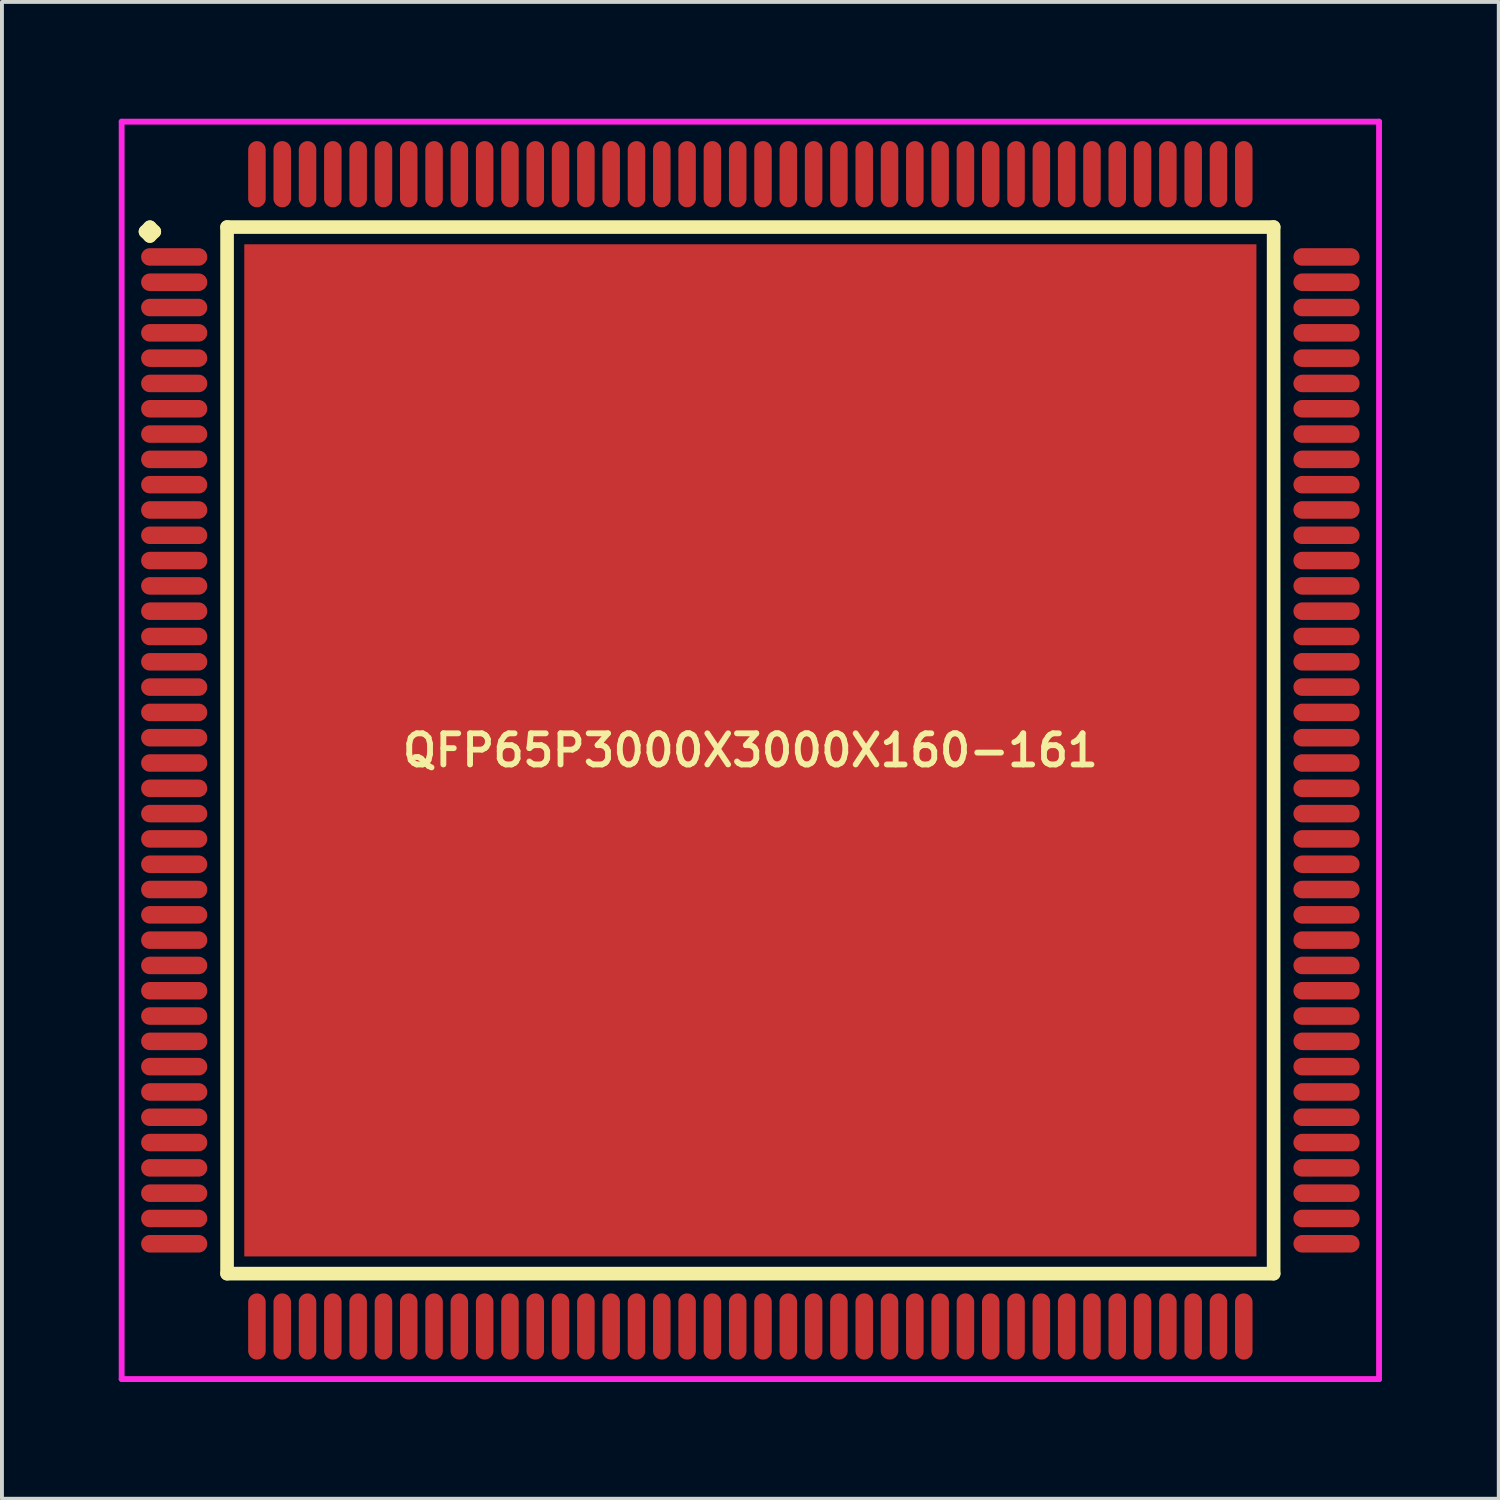
<source format=kicad_pcb>
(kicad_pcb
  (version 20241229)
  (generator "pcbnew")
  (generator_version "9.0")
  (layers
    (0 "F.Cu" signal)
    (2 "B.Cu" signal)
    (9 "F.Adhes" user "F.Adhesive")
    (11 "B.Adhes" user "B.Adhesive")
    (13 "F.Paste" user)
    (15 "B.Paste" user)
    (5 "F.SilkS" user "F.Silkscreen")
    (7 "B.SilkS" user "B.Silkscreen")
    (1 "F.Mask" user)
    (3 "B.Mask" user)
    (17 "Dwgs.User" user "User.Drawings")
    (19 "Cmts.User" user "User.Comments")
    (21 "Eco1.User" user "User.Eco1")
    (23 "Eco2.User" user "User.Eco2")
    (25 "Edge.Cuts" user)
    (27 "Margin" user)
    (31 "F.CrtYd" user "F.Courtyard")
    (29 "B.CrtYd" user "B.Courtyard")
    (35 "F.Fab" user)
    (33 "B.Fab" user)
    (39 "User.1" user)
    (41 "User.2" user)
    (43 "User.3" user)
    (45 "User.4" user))
  (footprint "QFP65P3000X3000X160-161"
    (layer "F.Cu")
    (at 16.225 16.225)
    (property "Reference" "QFP65P3000X3000X160-161" (at 0 0 0) (layer "F.SilkS") (effects (font (size 0.8 0.8) (thickness 0.15))))
    (attr smd)
    (fp_line (start -15.537 -13.325) (end -15.425 -13.438) (stroke (width 0.35) (type solid)) (layer "F.SilkS"))
    (fp_line (start -15.425 -13.438) (end -15.312 -13.325) (stroke (width 0.35) (type solid)) (layer "F.SilkS"))
    (fp_line (start -15.425 -13.213) (end -15.537 -13.325) (stroke (width 0.35) (type solid)) (layer "F.SilkS"))
    (fp_line (start -15.312 -13.325) (end -15.425 -13.213) (stroke (width 0.35) (type solid)) (layer "F.SilkS"))
    (fp_line (start -13.442 -13.442) (end -13.442 13.442) (stroke (width 0.35) (type solid)) (layer "F.SilkS"))
    (fp_line (start -13.442 13.442) (end 13.442 13.442) (stroke (width 0.35) (type solid)) (layer "F.SilkS"))
    (fp_line (start 13.442 -13.442) (end -13.442 -13.442) (stroke (width 0.35) (type solid)) (layer "F.SilkS"))
    (fp_line (start 13.442 13.442) (end 13.442 -13.442) (stroke (width 0.35) (type solid)) (layer "F.SilkS"))
    (fp_line (start -16.15 -16.15) (end 16.15 -16.15) (stroke (width 0.15) (type solid)) (layer "F.CrtYd"))
    (fp_line (start -16.15 16.15) (end -16.15 -16.15) (stroke (width 0.15) (type solid)) (layer "F.CrtYd"))
    (fp_line (start 16.15 -16.15) (end 16.15 16.15) (stroke (width 0.15) (type solid)) (layer "F.CrtYd"))
    (fp_line (start 16.15 16.15) (end -16.15 16.15) (stroke (width 0.15) (type solid)) (layer "F.CrtYd"))
    (pad "1" smd oval (at -14.8 -12.675) (size 1.7 0.45) (layers "F.Cu" "F.Mask" "F.Paste"))
    (pad "2" smd oval (at -14.8 -12.025) (size 1.7 0.45) (layers "F.Cu" "F.Mask" "F.Paste"))
    (pad "3" smd oval (at -14.8 -11.375) (size 1.7 0.45) (layers "F.Cu" "F.Mask" "F.Paste"))
    (pad "4" smd oval (at -14.8 -10.725) (size 1.7 0.45) (layers "F.Cu" "F.Mask" "F.Paste"))
    (pad "5" smd oval (at -14.8 -10.075) (size 1.7 0.45) (layers "F.Cu" "F.Mask" "F.Paste"))
    (pad "6" smd oval (at -14.8 -9.425) (size 1.7 0.45) (layers "F.Cu" "F.Mask" "F.Paste"))
    (pad "7" smd oval (at -14.8 -8.775) (size 1.7 0.45) (layers "F.Cu" "F.Mask" "F.Paste"))
    (pad "8" smd oval (at -14.8 -8.125) (size 1.7 0.45) (layers "F.Cu" "F.Mask" "F.Paste"))
    (pad "9" smd oval (at -14.8 -7.475) (size 1.7 0.45) (layers "F.Cu" "F.Mask" "F.Paste"))
    (pad "10" smd oval (at -14.8 -6.825) (size 1.7 0.45) (layers "F.Cu" "F.Mask" "F.Paste"))
    (pad "11" smd oval (at -14.8 -6.175) (size 1.7 0.45) (layers "F.Cu" "F.Mask" "F.Paste"))
    (pad "12" smd oval (at -14.8 -5.525) (size 1.7 0.45) (layers "F.Cu" "F.Mask" "F.Paste"))
    (pad "13" smd oval (at -14.8 -4.875) (size 1.7 0.45) (layers "F.Cu" "F.Mask" "F.Paste"))
    (pad "14" smd oval (at -14.8 -4.225) (size 1.7 0.45) (layers "F.Cu" "F.Mask" "F.Paste"))
    (pad "15" smd oval (at -14.8 -3.575) (size 1.7 0.45) (layers "F.Cu" "F.Mask" "F.Paste"))
    (pad "16" smd oval (at -14.8 -2.925) (size 1.7 0.45) (layers "F.Cu" "F.Mask" "F.Paste"))
    (pad "17" smd oval (at -14.8 -2.275) (size 1.7 0.45) (layers "F.Cu" "F.Mask" "F.Paste"))
    (pad "18" smd oval (at -14.8 -1.625) (size 1.7 0.45) (layers "F.Cu" "F.Mask" "F.Paste"))
    (pad "19" smd oval (at -14.8 -0.975) (size 1.7 0.45) (layers "F.Cu" "F.Mask" "F.Paste"))
    (pad "20" smd oval (at -14.8 -0.325) (size 1.7 0.45) (layers "F.Cu" "F.Mask" "F.Paste"))
    (pad "21" smd oval (at -14.8 0.325) (size 1.7 0.45) (layers "F.Cu" "F.Mask" "F.Paste"))
    (pad "22" smd oval (at -14.8 0.975) (size 1.7 0.45) (layers "F.Cu" "F.Mask" "F.Paste"))
    (pad "23" smd oval (at -14.8 1.625) (size 1.7 0.45) (layers "F.Cu" "F.Mask" "F.Paste"))
    (pad "24" smd oval (at -14.8 2.275) (size 1.7 0.45) (layers "F.Cu" "F.Mask" "F.Paste"))
    (pad "25" smd oval (at -14.8 2.925) (size 1.7 0.45) (layers "F.Cu" "F.Mask" "F.Paste"))
    (pad "26" smd oval (at -14.8 3.575) (size 1.7 0.45) (layers "F.Cu" "F.Mask" "F.Paste"))
    (pad "27" smd oval (at -14.8 4.225) (size 1.7 0.45) (layers "F.Cu" "F.Mask" "F.Paste"))
    (pad "28" smd oval (at -14.8 4.875) (size 1.7 0.45) (layers "F.Cu" "F.Mask" "F.Paste"))
    (pad "29" smd oval (at -14.8 5.525) (size 1.7 0.45) (layers "F.Cu" "F.Mask" "F.Paste"))
    (pad "30" smd oval (at -14.8 6.175) (size 1.7 0.45) (layers "F.Cu" "F.Mask" "F.Paste"))
    (pad "31" smd oval (at -14.8 6.825) (size 1.7 0.45) (layers "F.Cu" "F.Mask" "F.Paste"))
    (pad "32" smd oval (at -14.8 7.475) (size 1.7 0.45) (layers "F.Cu" "F.Mask" "F.Paste"))
    (pad "33" smd oval (at -14.8 8.125) (size 1.7 0.45) (layers "F.Cu" "F.Mask" "F.Paste"))
    (pad "34" smd oval (at -14.8 8.775) (size 1.7 0.45) (layers "F.Cu" "F.Mask" "F.Paste"))
    (pad "35" smd oval (at -14.8 9.425) (size 1.7 0.45) (layers "F.Cu" "F.Mask" "F.Paste"))
    (pad "36" smd oval (at -14.8 10.075) (size 1.7 0.45) (layers "F.Cu" "F.Mask" "F.Paste"))
    (pad "37" smd oval (at -14.8 10.725) (size 1.7 0.45) (layers "F.Cu" "F.Mask" "F.Paste"))
    (pad "38" smd oval (at -14.8 11.375) (size 1.7 0.45) (layers "F.Cu" "F.Mask" "F.Paste"))
    (pad "39" smd oval (at -14.8 12.025) (size 1.7 0.45) (layers "F.Cu" "F.Mask" "F.Paste"))
    (pad "40" smd oval (at -14.8 12.675) (size 1.7 0.45) (layers "F.Cu" "F.Mask" "F.Paste"))
    (pad "41" smd oval (at -12.675 14.8) (size 0.45 1.7) (layers "F.Cu" "F.Mask" "F.Paste"))
    (pad "42" smd oval (at -12.025 14.8) (size 0.45 1.7) (layers "F.Cu" "F.Mask" "F.Paste"))
    (pad "43" smd oval (at -11.375 14.8) (size 0.45 1.7) (layers "F.Cu" "F.Mask" "F.Paste"))
    (pad "44" smd oval (at -10.725 14.8) (size 0.45 1.7) (layers "F.Cu" "F.Mask" "F.Paste"))
    (pad "45" smd oval (at -10.075 14.8) (size 0.45 1.7) (layers "F.Cu" "F.Mask" "F.Paste"))
    (pad "46" smd oval (at -9.425 14.8) (size 0.45 1.7) (layers "F.Cu" "F.Mask" "F.Paste"))
    (pad "47" smd oval (at -8.775 14.8) (size 0.45 1.7) (layers "F.Cu" "F.Mask" "F.Paste"))
    (pad "48" smd oval (at -8.125 14.8) (size 0.45 1.7) (layers "F.Cu" "F.Mask" "F.Paste"))
    (pad "49" smd oval (at -7.475 14.8) (size 0.45 1.7) (layers "F.Cu" "F.Mask" "F.Paste"))
    (pad "50" smd oval (at -6.825 14.8) (size 0.45 1.7) (layers "F.Cu" "F.Mask" "F.Paste"))
    (pad "51" smd oval (at -6.175 14.8) (size 0.45 1.7) (layers "F.Cu" "F.Mask" "F.Paste"))
    (pad "52" smd oval (at -5.525 14.8) (size 0.45 1.7) (layers "F.Cu" "F.Mask" "F.Paste"))
    (pad "53" smd oval (at -4.875 14.8) (size 0.45 1.7) (layers "F.Cu" "F.Mask" "F.Paste"))
    (pad "54" smd oval (at -4.225 14.8) (size 0.45 1.7) (layers "F.Cu" "F.Mask" "F.Paste"))
    (pad "55" smd oval (at -3.575 14.8) (size 0.45 1.7) (layers "F.Cu" "F.Mask" "F.Paste"))
    (pad "56" smd oval (at -2.925 14.8) (size 0.45 1.7) (layers "F.Cu" "F.Mask" "F.Paste"))
    (pad "57" smd oval (at -2.275 14.8) (size 0.45 1.7) (layers "F.Cu" "F.Mask" "F.Paste"))
    (pad "58" smd oval (at -1.625 14.8) (size 0.45 1.7) (layers "F.Cu" "F.Mask" "F.Paste"))
    (pad "59" smd oval (at -0.975 14.8) (size 0.45 1.7) (layers "F.Cu" "F.Mask" "F.Paste"))
    (pad "60" smd oval (at -0.325 14.8) (size 0.45 1.7) (layers "F.Cu" "F.Mask" "F.Paste"))
    (pad "61" smd oval (at 0.325 14.8) (size 0.45 1.7) (layers "F.Cu" "F.Mask" "F.Paste"))
    (pad "62" smd oval (at 0.975 14.8) (size 0.45 1.7) (layers "F.Cu" "F.Mask" "F.Paste"))
    (pad "63" smd oval (at 1.625 14.8) (size 0.45 1.7) (layers "F.Cu" "F.Mask" "F.Paste"))
    (pad "64" smd oval (at 2.275 14.8) (size 0.45 1.7) (layers "F.Cu" "F.Mask" "F.Paste"))
    (pad "65" smd oval (at 2.925 14.8) (size 0.45 1.7) (layers "F.Cu" "F.Mask" "F.Paste"))
    (pad "66" smd oval (at 3.575 14.8) (size 0.45 1.7) (layers "F.Cu" "F.Mask" "F.Paste"))
    (pad "67" smd oval (at 4.225 14.8) (size 0.45 1.7) (layers "F.Cu" "F.Mask" "F.Paste"))
    (pad "68" smd oval (at 4.875 14.8) (size 0.45 1.7) (layers "F.Cu" "F.Mask" "F.Paste"))
    (pad "69" smd oval (at 5.525 14.8) (size 0.45 1.7) (layers "F.Cu" "F.Mask" "F.Paste"))
    (pad "70" smd oval (at 6.175 14.8) (size 0.45 1.7) (layers "F.Cu" "F.Mask" "F.Paste"))
    (pad "71" smd oval (at 6.825 14.8) (size 0.45 1.7) (layers "F.Cu" "F.Mask" "F.Paste"))
    (pad "72" smd oval (at 7.475 14.8) (size 0.45 1.7) (layers "F.Cu" "F.Mask" "F.Paste"))
    (pad "73" smd oval (at 8.125 14.8) (size 0.45 1.7) (layers "F.Cu" "F.Mask" "F.Paste"))
    (pad "74" smd oval (at 8.775 14.8) (size 0.45 1.7) (layers "F.Cu" "F.Mask" "F.Paste"))
    (pad "75" smd oval (at 9.425 14.8) (size 0.45 1.7) (layers "F.Cu" "F.Mask" "F.Paste"))
    (pad "76" smd oval (at 10.075 14.8) (size 0.45 1.7) (layers "F.Cu" "F.Mask" "F.Paste"))
    (pad "77" smd oval (at 10.725 14.8) (size 0.45 1.7) (layers "F.Cu" "F.Mask" "F.Paste"))
    (pad "78" smd oval (at 11.375 14.8) (size 0.45 1.7) (layers "F.Cu" "F.Mask" "F.Paste"))
    (pad "79" smd oval (at 12.025 14.8) (size 0.45 1.7) (layers "F.Cu" "F.Mask" "F.Paste"))
    (pad "80" smd oval (at 12.675 14.8) (size 0.45 1.7) (layers "F.Cu" "F.Mask" "F.Paste"))
    (pad "81" smd oval (at 14.8 12.675) (size 1.7 0.45) (layers "F.Cu" "F.Mask" "F.Paste"))
    (pad "82" smd oval (at 14.8 12.025) (size 1.7 0.45) (layers "F.Cu" "F.Mask" "F.Paste"))
    (pad "83" smd oval (at 14.8 11.375) (size 1.7 0.45) (layers "F.Cu" "F.Mask" "F.Paste"))
    (pad "84" smd oval (at 14.8 10.725) (size 1.7 0.45) (layers "F.Cu" "F.Mask" "F.Paste"))
    (pad "85" smd oval (at 14.8 10.075) (size 1.7 0.45) (layers "F.Cu" "F.Mask" "F.Paste"))
    (pad "86" smd oval (at 14.8 9.425) (size 1.7 0.45) (layers "F.Cu" "F.Mask" "F.Paste"))
    (pad "87" smd oval (at 14.8 8.775) (size 1.7 0.45) (layers "F.Cu" "F.Mask" "F.Paste"))
    (pad "88" smd oval (at 14.8 8.125) (size 1.7 0.45) (layers "F.Cu" "F.Mask" "F.Paste"))
    (pad "89" smd oval (at 14.8 7.475) (size 1.7 0.45) (layers "F.Cu" "F.Mask" "F.Paste"))
    (pad "90" smd oval (at 14.8 6.825) (size 1.7 0.45) (layers "F.Cu" "F.Mask" "F.Paste"))
    (pad "91" smd oval (at 14.8 6.175) (size 1.7 0.45) (layers "F.Cu" "F.Mask" "F.Paste"))
    (pad "92" smd oval (at 14.8 5.525) (size 1.7 0.45) (layers "F.Cu" "F.Mask" "F.Paste"))
    (pad "93" smd oval (at 14.8 4.875) (size 1.7 0.45) (layers "F.Cu" "F.Mask" "F.Paste"))
    (pad "94" smd oval (at 14.8 4.225) (size 1.7 0.45) (layers "F.Cu" "F.Mask" "F.Paste"))
    (pad "95" smd oval (at 14.8 3.575) (size 1.7 0.45) (layers "F.Cu" "F.Mask" "F.Paste"))
    (pad "96" smd oval (at 14.8 2.925) (size 1.7 0.45) (layers "F.Cu" "F.Mask" "F.Paste"))
    (pad "97" smd oval (at 14.8 2.275) (size 1.7 0.45) (layers "F.Cu" "F.Mask" "F.Paste"))
    (pad "98" smd oval (at 14.8 1.625) (size 1.7 0.45) (layers "F.Cu" "F.Mask" "F.Paste"))
    (pad "99" smd oval (at 14.8 0.975) (size 1.7 0.45) (layers "F.Cu" "F.Mask" "F.Paste"))
    (pad "100" smd oval (at 14.8 0.325) (size 1.7 0.45) (layers "F.Cu" "F.Mask" "F.Paste"))
    (pad "101" smd oval (at 14.8 -0.325) (size 1.7 0.45) (layers "F.Cu" "F.Mask" "F.Paste"))
    (pad "102" smd oval (at 14.8 -0.975) (size 1.7 0.45) (layers "F.Cu" "F.Mask" "F.Paste"))
    (pad "103" smd oval (at 14.8 -1.625) (size 1.7 0.45) (layers "F.Cu" "F.Mask" "F.Paste"))
    (pad "104" smd oval (at 14.8 -2.275) (size 1.7 0.45) (layers "F.Cu" "F.Mask" "F.Paste"))
    (pad "105" smd oval (at 14.8 -2.925) (size 1.7 0.45) (layers "F.Cu" "F.Mask" "F.Paste"))
    (pad "106" smd oval (at 14.8 -3.575) (size 1.7 0.45) (layers "F.Cu" "F.Mask" "F.Paste"))
    (pad "107" smd oval (at 14.8 -4.225) (size 1.7 0.45) (layers "F.Cu" "F.Mask" "F.Paste"))
    (pad "108" smd oval (at 14.8 -4.875) (size 1.7 0.45) (layers "F.Cu" "F.Mask" "F.Paste"))
    (pad "109" smd oval (at 14.8 -5.525) (size 1.7 0.45) (layers "F.Cu" "F.Mask" "F.Paste"))
    (pad "110" smd oval (at 14.8 -6.175) (size 1.7 0.45) (layers "F.Cu" "F.Mask" "F.Paste"))
    (pad "111" smd oval (at 14.8 -6.825) (size 1.7 0.45) (layers "F.Cu" "F.Mask" "F.Paste"))
    (pad "112" smd oval (at 14.8 -7.475) (size 1.7 0.45) (layers "F.Cu" "F.Mask" "F.Paste"))
    (pad "113" smd oval (at 14.8 -8.125) (size 1.7 0.45) (layers "F.Cu" "F.Mask" "F.Paste"))
    (pad "114" smd oval (at 14.8 -8.775) (size 1.7 0.45) (layers "F.Cu" "F.Mask" "F.Paste"))
    (pad "115" smd oval (at 14.8 -9.425) (size 1.7 0.45) (layers "F.Cu" "F.Mask" "F.Paste"))
    (pad "116" smd oval (at 14.8 -10.075) (size 1.7 0.45) (layers "F.Cu" "F.Mask" "F.Paste"))
    (pad "117" smd oval (at 14.8 -10.725) (size 1.7 0.45) (layers "F.Cu" "F.Mask" "F.Paste"))
    (pad "118" smd oval (at 14.8 -11.375) (size 1.7 0.45) (layers "F.Cu" "F.Mask" "F.Paste"))
    (pad "119" smd oval (at 14.8 -12.025) (size 1.7 0.45) (layers "F.Cu" "F.Mask" "F.Paste"))
    (pad "120" smd oval (at 14.8 -12.675) (size 1.7 0.45) (layers "F.Cu" "F.Mask" "F.Paste"))
    (pad "121" smd oval (at 12.675 -14.8) (size 0.45 1.7) (layers "F.Cu" "F.Mask" "F.Paste"))
    (pad "122" smd oval (at 12.025 -14.8) (size 0.45 1.7) (layers "F.Cu" "F.Mask" "F.Paste"))
    (pad "123" smd oval (at 11.375 -14.8) (size 0.45 1.7) (layers "F.Cu" "F.Mask" "F.Paste"))
    (pad "124" smd oval (at 10.725 -14.8) (size 0.45 1.7) (layers "F.Cu" "F.Mask" "F.Paste"))
    (pad "125" smd oval (at 10.075 -14.8) (size 0.45 1.7) (layers "F.Cu" "F.Mask" "F.Paste"))
    (pad "126" smd oval (at 9.425 -14.8) (size 0.45 1.7) (layers "F.Cu" "F.Mask" "F.Paste"))
    (pad "127" smd oval (at 8.775 -14.8) (size 0.45 1.7) (layers "F.Cu" "F.Mask" "F.Paste"))
    (pad "128" smd oval (at 8.125 -14.8) (size 0.45 1.7) (layers "F.Cu" "F.Mask" "F.Paste"))
    (pad "129" smd oval (at 7.475 -14.8) (size 0.45 1.7) (layers "F.Cu" "F.Mask" "F.Paste"))
    (pad "130" smd oval (at 6.825 -14.8) (size 0.45 1.7) (layers "F.Cu" "F.Mask" "F.Paste"))
    (pad "131" smd oval (at 6.175 -14.8) (size 0.45 1.7) (layers "F.Cu" "F.Mask" "F.Paste"))
    (pad "132" smd oval (at 5.525 -14.8) (size 0.45 1.7) (layers "F.Cu" "F.Mask" "F.Paste"))
    (pad "133" smd oval (at 4.875 -14.8) (size 0.45 1.7) (layers "F.Cu" "F.Mask" "F.Paste"))
    (pad "134" smd oval (at 4.225 -14.8) (size 0.45 1.7) (layers "F.Cu" "F.Mask" "F.Paste"))
    (pad "135" smd oval (at 3.575 -14.8) (size 0.45 1.7) (layers "F.Cu" "F.Mask" "F.Paste"))
    (pad "136" smd oval (at 2.925 -14.8) (size 0.45 1.7) (layers "F.Cu" "F.Mask" "F.Paste"))
    (pad "137" smd oval (at 2.275 -14.8) (size 0.45 1.7) (layers "F.Cu" "F.Mask" "F.Paste"))
    (pad "138" smd oval (at 1.625 -14.8) (size 0.45 1.7) (layers "F.Cu" "F.Mask" "F.Paste"))
    (pad "139" smd oval (at 0.975 -14.8) (size 0.45 1.7) (layers "F.Cu" "F.Mask" "F.Paste"))
    (pad "140" smd oval (at 0.325 -14.8) (size 0.45 1.7) (layers "F.Cu" "F.Mask" "F.Paste"))
    (pad "141" smd oval (at -0.325 -14.8) (size 0.45 1.7) (layers "F.Cu" "F.Mask" "F.Paste"))
    (pad "142" smd oval (at -0.975 -14.8) (size 0.45 1.7) (layers "F.Cu" "F.Mask" "F.Paste"))
    (pad "143" smd oval (at -1.625 -14.8) (size 0.45 1.7) (layers "F.Cu" "F.Mask" "F.Paste"))
    (pad "144" smd oval (at -2.275 -14.8) (size 0.45 1.7) (layers "F.Cu" "F.Mask" "F.Paste"))
    (pad "145" smd oval (at -2.925 -14.8) (size 0.45 1.7) (layers "F.Cu" "F.Mask" "F.Paste"))
    (pad "146" smd oval (at -3.575 -14.8) (size 0.45 1.7) (layers "F.Cu" "F.Mask" "F.Paste"))
    (pad "147" smd oval (at -4.225 -14.8) (size 0.45 1.7) (layers "F.Cu" "F.Mask" "F.Paste"))
    (pad "148" smd oval (at -4.875 -14.8) (size 0.45 1.7) (layers "F.Cu" "F.Mask" "F.Paste"))
    (pad "149" smd oval (at -5.525 -14.8) (size 0.45 1.7) (layers "F.Cu" "F.Mask" "F.Paste"))
    (pad "150" smd oval (at -6.175 -14.8) (size 0.45 1.7) (layers "F.Cu" "F.Mask" "F.Paste"))
    (pad "151" smd oval (at -6.825 -14.8) (size 0.45 1.7) (layers "F.Cu" "F.Mask" "F.Paste"))
    (pad "152" smd oval (at -7.475 -14.8) (size 0.45 1.7) (layers "F.Cu" "F.Mask" "F.Paste"))
    (pad "153" smd oval (at -8.125 -14.8) (size 0.45 1.7) (layers "F.Cu" "F.Mask" "F.Paste"))
    (pad "154" smd oval (at -8.775 -14.8) (size 0.45 1.7) (layers "F.Cu" "F.Mask" "F.Paste"))
    (pad "155" smd oval (at -9.425 -14.8) (size 0.45 1.7) (layers "F.Cu" "F.Mask" "F.Paste"))
    (pad "156" smd oval (at -10.075 -14.8) (size 0.45 1.7) (layers "F.Cu" "F.Mask" "F.Paste"))
    (pad "157" smd oval (at -10.725 -14.8) (size 0.45 1.7) (layers "F.Cu" "F.Mask" "F.Paste"))
    (pad "158" smd oval (at -11.375 -14.8) (size 0.45 1.7) (layers "F.Cu" "F.Mask" "F.Paste"))
    (pad "159" smd oval (at -12.025 -14.8) (size 0.45 1.7) (layers "F.Cu" "F.Mask" "F.Paste"))
    (pad "160" smd oval (at -12.675 -14.8) (size 0.45 1.7) (layers "F.Cu" "F.Mask" "F.Paste"))
    (pad "161" smd rect (at 0 0) (size 26 26) (layers "F.Cu" "F.Mask" "F.Paste")))
  (gr_rect
    (start -3 -3)
    (end 35.45 35.45)
    (stroke (width 0.1) (type default))
    (fill no)
    (layer "Edge.Cuts")))
</source>
